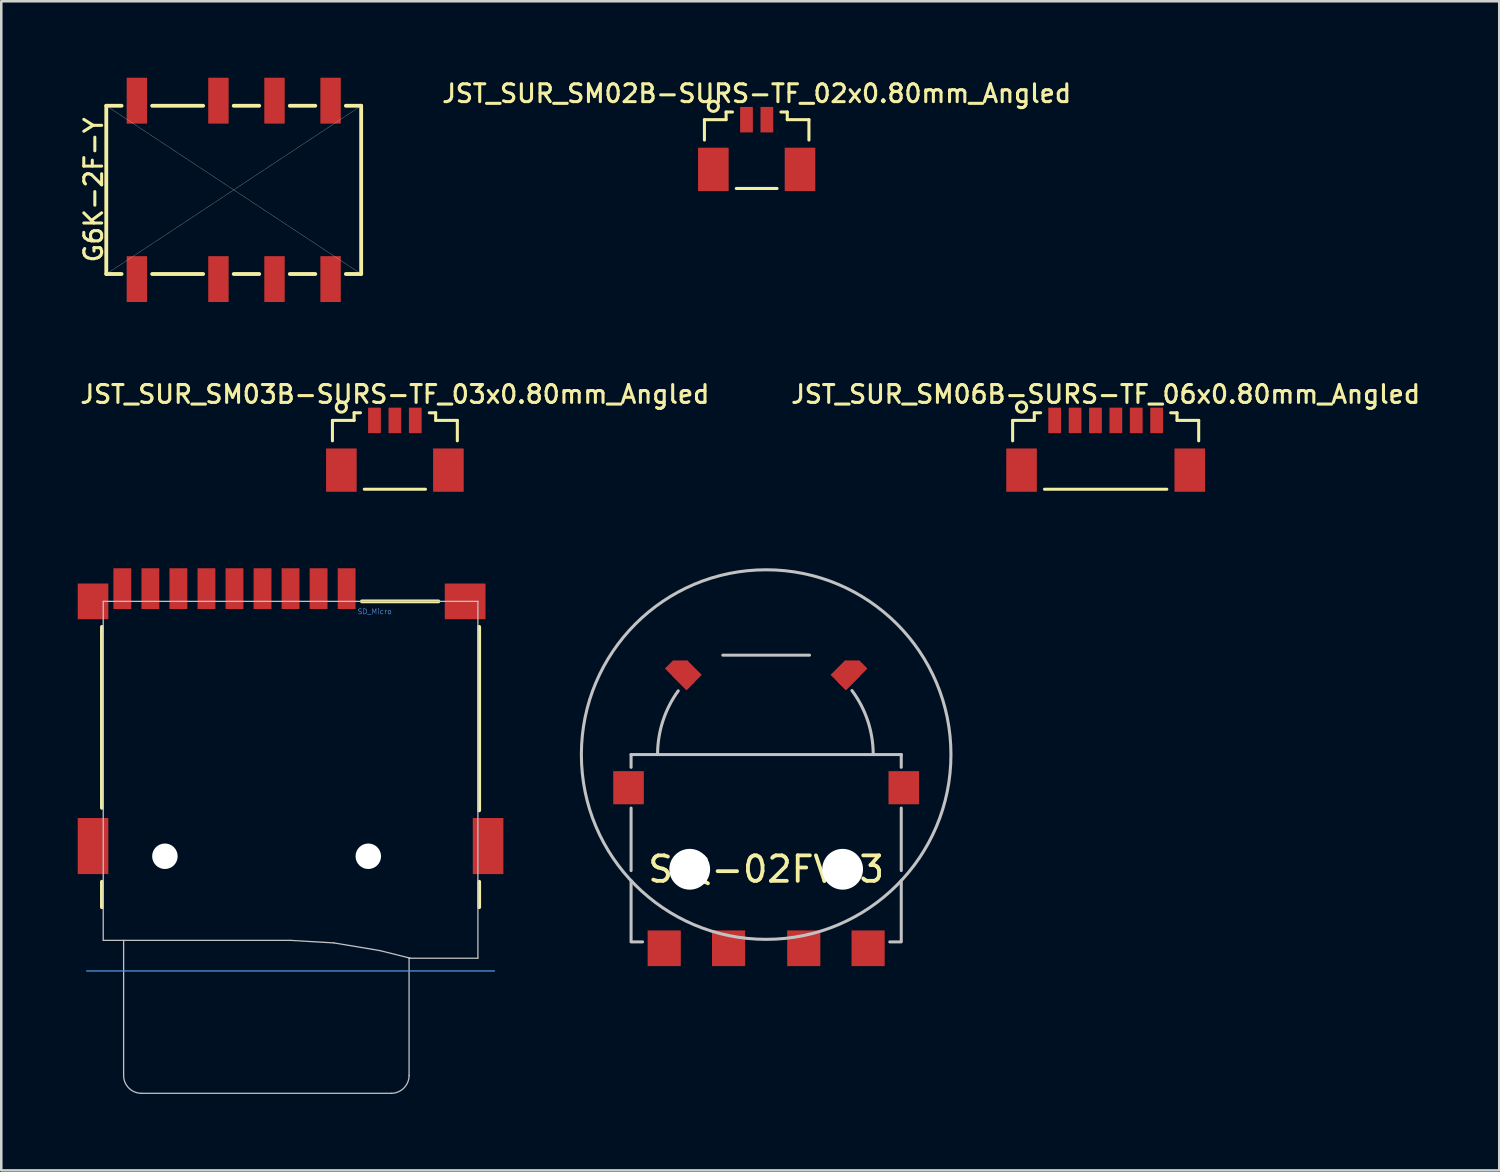
<source format=kicad_pcb>
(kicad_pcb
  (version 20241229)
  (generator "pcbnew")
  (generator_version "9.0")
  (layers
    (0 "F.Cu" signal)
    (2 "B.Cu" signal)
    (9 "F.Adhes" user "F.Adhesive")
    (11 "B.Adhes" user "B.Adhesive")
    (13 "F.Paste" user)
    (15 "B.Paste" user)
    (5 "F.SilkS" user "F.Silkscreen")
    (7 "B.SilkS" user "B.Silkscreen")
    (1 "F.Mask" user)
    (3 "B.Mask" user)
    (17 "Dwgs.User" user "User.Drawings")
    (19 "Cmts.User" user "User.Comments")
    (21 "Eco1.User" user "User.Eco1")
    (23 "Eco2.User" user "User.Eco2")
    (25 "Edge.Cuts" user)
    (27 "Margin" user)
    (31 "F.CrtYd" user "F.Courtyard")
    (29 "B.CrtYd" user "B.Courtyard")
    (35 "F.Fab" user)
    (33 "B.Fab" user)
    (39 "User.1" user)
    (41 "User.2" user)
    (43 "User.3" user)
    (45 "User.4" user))
  (footprint "JST_SUR_SM02B-SURS-TF_02x0.80mm_Angled"
    (layer "F.Cu")
    (at 26.638 2.62)
    (property "Reference" "JST_SUR_SM02B-SURS-TF_02x0.80mm_Angled" (at 0 -2 0) (layer "F.SilkS") (effects (font (size 0.7 0.7) (thickness 0.12))))
    (attr smd)
    (fp_line (start -2.05 -0.975) (end -2.05 -0.175) (stroke (width 0.12) (type solid)) (layer "F.SilkS"))
    (fp_line (start -1.2 -1.275) (end -1.2 -0.975) (stroke (width 0.12) (type solid)) (layer "F.SilkS"))
    (fp_line (start -1.2 -0.975) (end -2.05 -0.975) (stroke (width 0.12) (type solid)) (layer "F.SilkS"))
    (fp_line (start -0.95 -1.275) (end -1.2 -1.275) (stroke (width 0.12) (type solid)) (layer "F.SilkS"))
    (fp_line (start -0.8 1.725) (end 0.8 1.725) (stroke (width 0.12) (type solid)) (layer "F.SilkS"))
    (fp_line (start 0.95 -1.275) (end 1.2 -1.275) (stroke (width 0.12) (type solid)) (layer "F.SilkS"))
    (fp_line (start 1.2 -1.275) (end 1.2 -0.975) (stroke (width 0.12) (type solid)) (layer "F.SilkS"))
    (fp_line (start 1.2 -0.975) (end 2.05 -0.975) (stroke (width 0.12) (type solid)) (layer "F.SilkS"))
    (fp_line (start 2.05 -0.975) (end 2.05 -0.175) (stroke (width 0.12) (type solid)) (layer "F.SilkS"))
    (fp_circle (center -1.7 -1.5) (end -1.5 -1.5) (stroke (width 0.12) (type solid)) (fill no) (layer "F.SilkS"))
    (pad "1" smd rect (at -0.4 -0.975) (size 0.5 1) (layers "F.Cu" "F.Mask" "F.Paste"))
    (pad "2" smd rect (at 0.4 -0.975) (size 0.5 1) (layers "F.Cu" "F.Mask" "F.Paste"))
    (pad "3" smd rect (at -1.7 0.975) (size 1.2 1.7) (layers "F.Cu" "F.Mask" "F.Paste"))
    (pad "3" smd rect (at 1.7 0.975) (size 1.2 1.7) (layers "F.Cu" "F.Mask" "F.Paste")))
  (footprint "SD_Micro"
    (layer "F.Cu")
    (at 8.35 30.545)
    (property "Reference" "SD_Micro" (at 3.3 -9.6 180) (layer "Cmts.User") (effects (font (size 0.2 0.2) (thickness 0.02))))
    (attr through_hole)
    (fp_line (start -7.4 -1.9) (end -7.4 -9) (stroke (width 0.15) (type solid)) (layer "F.SilkS"))
    (fp_line (start -7.4 2) (end -7.4 1) (stroke (width 0.15) (type solid)) (layer "F.SilkS"))
    (fp_line (start 2.8 -10) (end 5.8 -10) (stroke (width 0.15) (type solid)) (layer "F.SilkS"))
    (fp_line (start 7.4 -9) (end 7.4 -1.8) (stroke (width 0.15) (type solid)) (layer "F.SilkS"))
    (fp_line (start 7.4 1) (end 7.4 2) (stroke (width 0.15) (type solid)) (layer "F.SilkS"))
    (fp_line (start -7.35 -10) (end -7.35 3.3) (stroke (width 0.05) (type solid)) (layer "Dwgs.User"))
    (fp_line (start -7.35 -10) (end 7.35 -10) (stroke (width 0.05) (type solid)) (layer "Dwgs.User"))
    (fp_line (start -7.35 3.3) (end 0 3.3) (stroke (width 0.05) (type solid)) (layer "Dwgs.User"))
    (fp_line (start -6.55 8.6) (end -6.55 3.3) (stroke (width 0.05) (type solid)) (layer "Dwgs.User"))
    (fp_line (start -5.85 9.3) (end 3.95 9.3) (stroke (width 0.05) (type solid)) (layer "Dwgs.User"))
    (fp_line (start 0 3.3) (end 1.7 3.4) (stroke (width 0.05) (type solid)) (layer "Dwgs.User"))
    (fp_line (start 1.7 3.4) (end 3.5 3.7) (stroke (width 0.05) (type solid)) (layer "Dwgs.User"))
    (fp_line (start 3.5 3.7) (end 4.7 4) (stroke (width 0.05) (type solid)) (layer "Dwgs.User"))
    (fp_line (start 4.65 4) (end 7.35 4) (stroke (width 0.05) (type solid)) (layer "Dwgs.User"))
    (fp_line (start 4.65 8.6) (end 4.65 4) (stroke (width 0.05) (type solid)) (layer "Dwgs.User"))
    (fp_line (start 7.35 -10) (end 7.35 4) (stroke (width 0.05) (type solid)) (layer "Dwgs.User"))
    (fp_arc (start -5.85 9.3) (mid -6.344975 9.094975) (end -6.55 8.6) (stroke (width 0.05) (type solid)) (layer "Dwgs.User"))
    (fp_arc (start 4.65 8.6) (mid 4.444975 9.094975) (end 3.95 9.3) (stroke (width 0.05) (type solid)) (layer "Dwgs.User"))
    (fp_line (start 8 4.5) (end -8 4.5) (stroke (width 0.05) (type solid)) (layer "Cmts.User"))
    (pad "" np_thru_hole circle (at -4.93 0) (size 1 1) (drill 1) (layers "*.Cu"))
    (pad "" np_thru_hole circle (at 3.05 0) (size 1 1) (drill 1) (layers "*.Cu"))
    (pad "1" smd rect (at 2.2 -10.5) (size 0.7 1.6) (layers "F.Cu" "F.Mask" "F.Paste"))
    (pad "2" smd rect (at 1.1 -10.5) (size 0.7 1.6) (layers "F.Cu" "F.Mask" "F.Paste"))
    (pad "3" smd rect (at 0 -10.5) (size 0.7 1.6) (layers "F.Cu" "F.Mask" "F.Paste"))
    (pad "4" smd rect (at -1.1 -10.5) (size 0.7 1.6) (layers "F.Cu" "F.Mask" "F.Paste"))
    (pad "5" smd rect (at -2.2 -10.5) (size 0.7 1.6) (layers "F.Cu" "F.Mask" "F.Paste"))
    (pad "6" smd rect (at -7.75 -10) (size 1.2 1.4) (layers "F.Cu" "F.Mask" "F.Paste"))
    (pad "6" smd rect (at -7.75 -0.4) (size 1.2 2.2) (layers "F.Cu" "F.Mask" "F.Paste"))
    (pad "6" smd rect (at -3.3 -10.5) (size 0.7 1.6) (layers "F.Cu" "F.Mask" "F.Paste"))
    (pad "6" smd rect (at 6.85 -10) (size 1.6 1.4) (layers "F.Cu" "F.Mask" "F.Paste"))
    (pad "6" smd rect (at 7.75 -0.4) (size 1.2 2.2) (layers "F.Cu" "F.Mask" "F.Paste"))
    (pad "7" smd rect (at -4.4 -10.5) (size 0.7 1.6) (layers "F.Cu" "F.Mask" "F.Paste"))
    (pad "8" smd rect (at -5.5 -10.5) (size 0.7 1.6) (layers "F.Cu" "F.Mask" "F.Paste"))
    (pad "9" smd rect (at -6.6 -10.5) (size 0.7 1.6) (layers "F.Cu" "F.Mask" "F.Paste")))
  (footprint "JST_SUR_SM06B-SURS-TF_06x0.80mm_Angled"
    (layer "F.Cu")
    (at 40.33 14.42)
    (property "Reference" "JST_SUR_SM06B-SURS-TF_06x0.80mm_Angled" (at 0 -2 0) (layer "F.SilkS") (effects (font (size 0.7 0.7) (thickness 0.12))))
    (attr smd)
    (fp_line (start -3.65 -0.975) (end -3.65 -0.175) (stroke (width 0.12) (type solid)) (layer "F.SilkS"))
    (fp_line (start -2.8 -1.275) (end -2.8 -0.975) (stroke (width 0.12) (type solid)) (layer "F.SilkS"))
    (fp_line (start -2.8 -0.975) (end -3.65 -0.975) (stroke (width 0.12) (type solid)) (layer "F.SilkS"))
    (fp_line (start -2.55 -1.275) (end -2.8 -1.275) (stroke (width 0.12) (type solid)) (layer "F.SilkS"))
    (fp_line (start -2.4 1.725) (end 2.4 1.725) (stroke (width 0.12) (type solid)) (layer "F.SilkS"))
    (fp_line (start 2.55 -1.275) (end 2.8 -1.275) (stroke (width 0.12) (type solid)) (layer "F.SilkS"))
    (fp_line (start 2.8 -1.275) (end 2.8 -0.975) (stroke (width 0.12) (type solid)) (layer "F.SilkS"))
    (fp_line (start 2.8 -0.975) (end 3.65 -0.975) (stroke (width 0.12) (type solid)) (layer "F.SilkS"))
    (fp_line (start 3.65 -0.975) (end 3.65 -0.175) (stroke (width 0.12) (type solid)) (layer "F.SilkS"))
    (fp_circle (center -3.3 -1.5) (end -3.1 -1.5) (stroke (width 0.12) (type solid)) (fill no) (layer "F.SilkS"))
    (pad "1" smd rect (at -2 -0.975) (size 0.5 1) (layers "F.Cu" "F.Mask" "F.Paste"))
    (pad "2" smd rect (at -1.2 -0.975) (size 0.5 1) (layers "F.Cu" "F.Mask" "F.Paste"))
    (pad "3" smd rect (at -0.4 -0.975) (size 0.5 1) (layers "F.Cu" "F.Mask" "F.Paste"))
    (pad "4" smd rect (at 0.4 -0.975) (size 0.5 1) (layers "F.Cu" "F.Mask" "F.Paste"))
    (pad "5" smd rect (at 1.2 -0.975) (size 0.5 1) (layers "F.Cu" "F.Mask" "F.Paste"))
    (pad "6" smd rect (at 2 -0.975) (size 0.5 1) (layers "F.Cu" "F.Mask" "F.Paste"))
    (pad "7" smd rect (at -3.3 0.975) (size 1.2 1.7) (layers "F.Cu" "F.Mask" "F.Paste"))
    (pad "7" smd rect (at 3.3 0.975) (size 1.2 1.7) (layers "F.Cu" "F.Mask" "F.Paste")))
  (footprint "SIQ-02FVS3"
    (layer "F.Cu")
    (at 27.01 31.055)
    (property "Reference" "SIQ-02FVS3" (at 0 0 0) (layer "F.SilkS") (effects (font (size 1 1) (thickness 0.15))))
    (attr through_hole)
    (fp_line (start -5.3 -4.5) (end 5.3 -4.5) (stroke (width 0.12) (type solid)) (layer "Dwgs.User"))
    (fp_line (start -5.3 -4) (end -5.3 -4.5) (stroke (width 0.12) (type solid)) (layer "Dwgs.User"))
    (fp_line (start -5.3 0.05) (end -5.3 -2.4) (stroke (width 0.12) (type solid)) (layer "Dwgs.User"))
    (fp_line (start -5.3 0.45) (end -5.3 2.8) (stroke (width 0.12) (type solid)) (layer "Dwgs.User"))
    (fp_line (start -5.3 2.85) (end -4.85 2.85) (stroke (width 0.12) (type solid)) (layer "Dwgs.User"))
    (fp_line (start -1.7 -8.4) (end 1.7 -8.4) (stroke (width 0.12) (type solid)) (layer "Dwgs.User"))
    (fp_line (start 5.3 -4) (end 5.3 -4.5) (stroke (width 0.12) (type solid)) (layer "Dwgs.User"))
    (fp_line (start 5.3 0.05) (end 5.3 -2.4) (stroke (width 0.12) (type solid)) (layer "Dwgs.User"))
    (fp_line (start 5.3 0.45) (end 5.3 2.8) (stroke (width 0.12) (type solid)) (layer "Dwgs.User"))
    (fp_line (start 5.3 2.85) (end 4.85 2.85) (stroke (width 0.12) (type solid)) (layer "Dwgs.User"))
    (fp_arc (start -4.260574 -4.5) (mid -4.052867 -5.814061) (end -3.449999 -6.999999) (stroke (width 0.12) (type solid)) (layer "Dwgs.User"))
    (fp_arc (start 3.366019 -7.011955) (mid 3.986056 -5.82339) (end 4.2 -4.5) (stroke (width 0.12) (type solid)) (layer "Dwgs.User"))
    (fp_circle (center 0 -4.5) (end 7.25 -4.5) (stroke (width 0.12) (type solid)) (fill no) (layer "Dwgs.User"))
    (pad "" np_thru_hole circle (at -3 0) (size 1.6 1.6) (drill 1.6) (layers "*.Cu" "*.Mask"))
    (pad "" np_thru_hole circle (at 3 0) (size 1.6 1.6) (drill 1.6) (layers "*.Cu" "*.Mask"))
    (pad "A" smd rect (at -4 3.1) (size 1.3 1.4) (layers "F.Cu" "F.Mask" "F.Paste"))
    (pad "B" smd rect (at 4 3.1) (size 1.3 1.4) (layers "F.Cu" "F.Mask" "F.Paste"))
    (pad "C" smd rect (at -5.4 -3.2) (size 1.2 1.3) (layers "F.Cu" "F.Mask" "F.Paste"))
    (pad "C" smd rect (at -3.39 -7.61 315) (size 1.2 0.45) (layers "F.Cu" "F.Mask" "F.Paste"))
    (pad "C" smd rect (at -3.373 -7.993) (size 0.562 0.4) (layers "F.Cu" "F.Mask" "F.Paste"))
    (pad "C" smd rect (at -3.11 -7.61 315) (size 0.8 0.85) (layers "F.Cu" "F.Mask" "F.Paste"))
    (pad "C" smd rect (at 1.475 3.1) (size 1.3 1.4) (layers "F.Cu" "F.Mask" "F.Paste"))
    (pad "C" smd rect (at 3.11 -7.61 45) (size 0.8 0.85) (layers "F.Cu" "F.Mask" "F.Paste"))
    (pad "C" smd rect (at 3.373 -7.993 180) (size 0.562 0.4) (layers "F.Cu" "F.Mask" "F.Paste"))
    (pad "C" smd rect (at 3.39 -7.61 225) (size 1.2 0.45) (layers "F.Cu" "F.Mask" "F.Paste"))
    (pad "C" smd rect (at 5.4 -3.2) (size 1.2 1.3) (layers "F.Cu" "F.Mask" "F.Paste"))
    (pad "S" smd rect (at -1.475 3.1) (size 1.3 1.4) (layers "F.Cu" "F.Mask" "F.Paste")))
  (footprint "G6K-2F-Y"
    (layer "F.Cu")
    (at 6.12 4.4)
    (property "Reference" "G6K-2F-Y" (at -5.5 0 90) (layer "F.SilkS") (effects (font (size 0.7 0.7) (thickness 0.12))))
    (attr through_hole)
    (fp_line (start -5 -3.3) (end -4.4 -3.3) (stroke (width 0.15) (type solid)) (layer "F.SilkS"))
    (fp_line (start -5 3.3) (end -5 -3.3) (stroke (width 0.15) (type solid)) (layer "F.SilkS"))
    (fp_line (start -5 3.3) (end -4.4 3.3) (stroke (width 0.15) (type solid)) (layer "F.SilkS"))
    (fp_line (start -3.2 -3.3) (end -1.2 -3.3) (stroke (width 0.15) (type solid)) (layer "F.SilkS"))
    (fp_line (start -3.2 3.3) (end -1.2 3.3) (stroke (width 0.15) (type solid)) (layer "F.SilkS"))
    (fp_line (start 0 -3.3) (end 1 -3.3) (stroke (width 0.15) (type solid)) (layer "F.SilkS"))
    (fp_line (start 0 3.3) (end 1 3.3) (stroke (width 0.15) (type solid)) (layer "F.SilkS"))
    (fp_line (start 2.2 -3.3) (end 3.2 -3.3) (stroke (width 0.15) (type solid)) (layer "F.SilkS"))
    (fp_line (start 2.2 3.3) (end 3.2 3.3) (stroke (width 0.15) (type solid)) (layer "F.SilkS"))
    (fp_line (start 4.4 -3.3) (end 5 -3.3) (stroke (width 0.15) (type solid)) (layer "F.SilkS"))
    (fp_line (start 4.4 3.3) (end 5 3.3) (stroke (width 0.15) (type solid)) (layer "F.SilkS"))
    (fp_line (start 5 -3.3) (end 5 3.3) (stroke (width 0.15) (type solid)) (layer "F.SilkS"))
    (fp_line (start -5 -3.3) (end 5 3.3) (stroke (width 0.01) (type solid)) (layer "Dwgs.User"))
    (fp_line (start 5 -3.3) (end -5 3.3) (stroke (width 0.01) (type solid)) (layer "Dwgs.User"))
    (pad "1" smd rect (at -3.8 3.5) (size 0.8 1.8) (layers "F.Cu" "F.Mask" "F.Paste"))
    (pad "2" smd rect (at -0.6 3.5) (size 0.8 1.8) (layers "F.Cu" "F.Mask" "F.Paste"))
    (pad "3" smd rect (at 1.6 3.5) (size 0.8 1.8) (layers "F.Cu" "F.Mask" "F.Paste"))
    (pad "4" smd rect (at 3.8 3.5) (size 0.8 1.8) (layers "F.Cu" "F.Mask" "F.Paste"))
    (pad "5" smd rect (at 3.8 -3.5) (size 0.8 1.8) (layers "F.Cu" "F.Mask" "F.Paste"))
    (pad "6" smd rect (at 1.6 -3.5) (size 0.8 1.8) (layers "F.Cu" "F.Mask" "F.Paste"))
    (pad "7" smd rect (at -0.6 -3.5) (size 0.8 1.8) (layers "F.Cu" "F.Mask" "F.Paste"))
    (pad "8" smd rect (at -3.8 -3.5) (size 0.8 1.8) (layers "F.Cu" "F.Mask" "F.Paste")))
  (footprint "JST_SUR_SM03B-SURS-TF_03x0.80mm_Angled"
    (layer "F.Cu")
    (at 12.443 14.42)
    (property "Reference" "JST_SUR_SM03B-SURS-TF_03x0.80mm_Angled" (at 0 -2 0) (layer "F.SilkS") (effects (font (size 0.7 0.7) (thickness 0.12))))
    (attr smd)
    (fp_line (start -2.45 -0.975) (end -2.45 -0.175) (stroke (width 0.12) (type solid)) (layer "F.SilkS"))
    (fp_line (start -1.6 -1.275) (end -1.6 -0.975) (stroke (width 0.12) (type solid)) (layer "F.SilkS"))
    (fp_line (start -1.6 -0.975) (end -2.45 -0.975) (stroke (width 0.12) (type solid)) (layer "F.SilkS"))
    (fp_line (start -1.35 -1.275) (end -1.6 -1.275) (stroke (width 0.12) (type solid)) (layer "F.SilkS"))
    (fp_line (start -1.2 1.725) (end 1.2 1.725) (stroke (width 0.12) (type solid)) (layer "F.SilkS"))
    (fp_line (start 1.35 -1.275) (end 1.6 -1.275) (stroke (width 0.12) (type solid)) (layer "F.SilkS"))
    (fp_line (start 1.6 -1.275) (end 1.6 -0.975) (stroke (width 0.12) (type solid)) (layer "F.SilkS"))
    (fp_line (start 1.6 -0.975) (end 2.45 -0.975) (stroke (width 0.12) (type solid)) (layer "F.SilkS"))
    (fp_line (start 2.45 -0.975) (end 2.45 -0.175) (stroke (width 0.12) (type solid)) (layer "F.SilkS"))
    (fp_circle (center -2.1 -1.5) (end -1.9 -1.5) (stroke (width 0.12) (type solid)) (fill no) (layer "F.SilkS"))
    (pad "1" smd rect (at -0.8 -0.975) (size 0.5 1) (layers "F.Cu" "F.Mask" "F.Paste"))
    (pad "2" smd rect (at 0 -0.975) (size 0.5 1) (layers "F.Cu" "F.Mask" "F.Paste"))
    (pad "3" smd rect (at 0.8 -0.975) (size 0.5 1) (layers "F.Cu" "F.Mask" "F.Paste"))
    (pad "4" smd rect (at -2.1 0.975) (size 1.2 1.7) (layers "F.Cu" "F.Mask" "F.Paste"))
    (pad "4" smd rect (at 2.1 0.975) (size 1.2 1.7) (layers "F.Cu" "F.Mask" "F.Paste")))
  (gr_rect
    (start -3 -3)
    (end 55.773 42.87)
    (stroke (width 0.1) (type default))
    (fill no)
    (layer "Edge.Cuts")))
</source>
